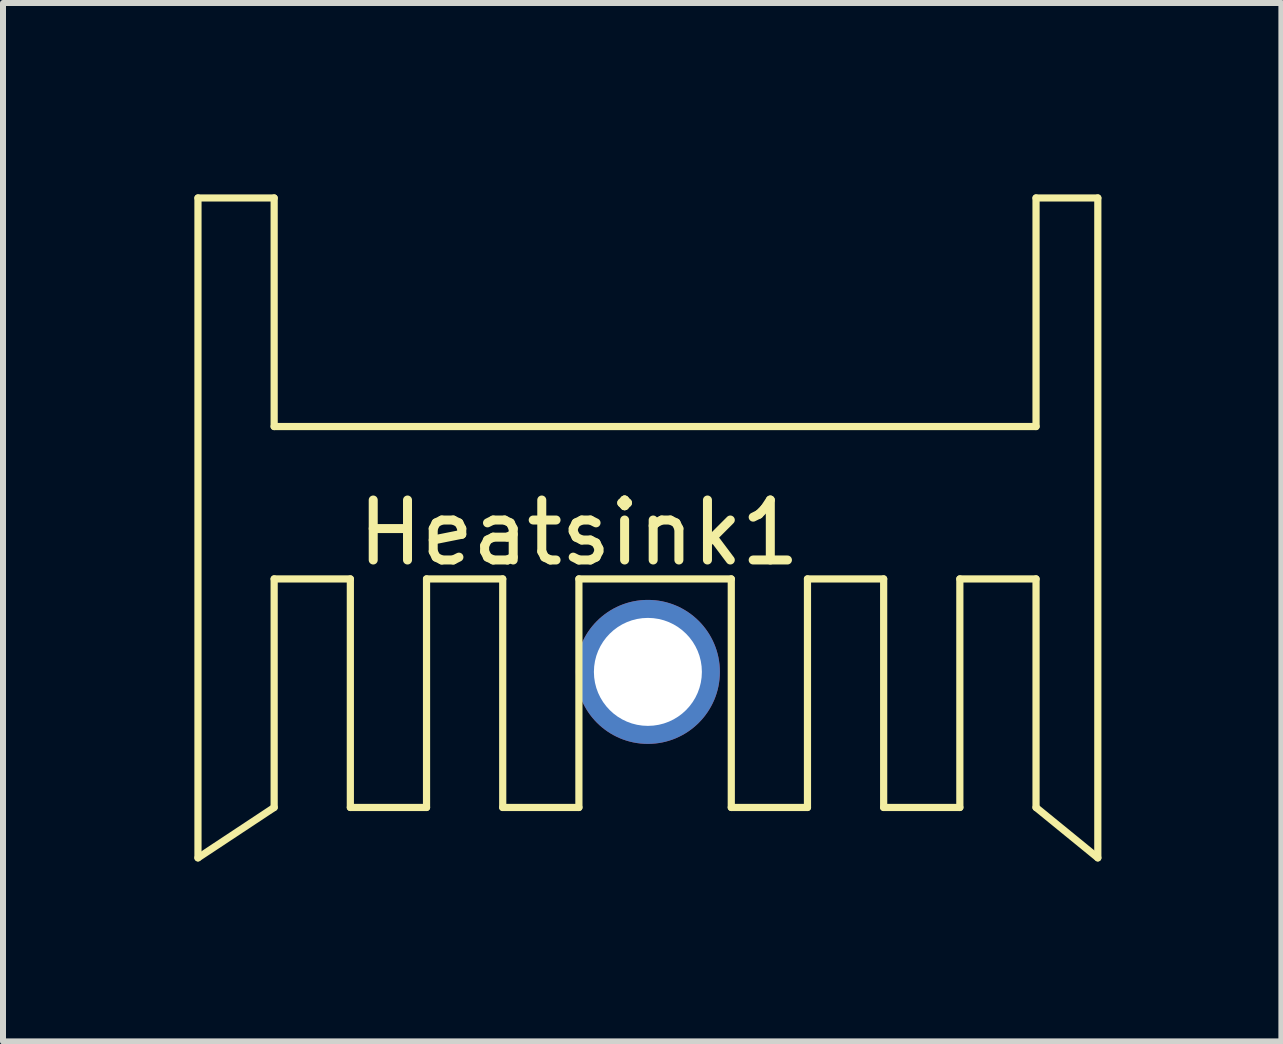
<source format=kicad_pcb>
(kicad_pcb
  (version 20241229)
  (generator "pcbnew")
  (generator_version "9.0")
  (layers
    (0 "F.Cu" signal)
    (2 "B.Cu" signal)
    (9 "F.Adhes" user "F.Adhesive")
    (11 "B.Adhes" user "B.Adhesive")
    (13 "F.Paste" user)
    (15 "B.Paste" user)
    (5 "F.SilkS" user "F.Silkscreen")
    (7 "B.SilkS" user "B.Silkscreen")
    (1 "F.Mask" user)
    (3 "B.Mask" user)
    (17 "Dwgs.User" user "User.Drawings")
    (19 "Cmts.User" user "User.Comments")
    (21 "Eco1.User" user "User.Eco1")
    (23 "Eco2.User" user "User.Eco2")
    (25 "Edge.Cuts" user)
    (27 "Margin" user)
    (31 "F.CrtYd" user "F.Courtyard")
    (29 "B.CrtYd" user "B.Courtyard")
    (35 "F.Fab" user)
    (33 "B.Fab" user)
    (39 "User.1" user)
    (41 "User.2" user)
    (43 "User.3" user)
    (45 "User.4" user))
  (footprint "Heatsink1"
    (layer "F.Cu")
    (at 0.25 0.25)
    (property "Reference" "Heatsink1" (at 6.35 5.58 0) (layer "F.SilkS") (effects (font (size 1 1) (thickness 0.15))))
    (attr through_hole)
    (fp_line (start 0 0) (end 0 11) (stroke (width 0.12) (type solid)) (layer "F.SilkS"))
    (fp_line (start 0 11) (end 1.27 10.16) (stroke (width 0.12) (type solid)) (layer "F.SilkS"))
    (fp_line (start 1.27 0) (end 0 0) (stroke (width 0.12) (type solid)) (layer "F.SilkS"))
    (fp_line (start 1.27 3.81) (end 1.27 0) (stroke (width 0.12) (type solid)) (layer "F.SilkS"))
    (fp_line (start 1.27 6.35) (end 2.54 6.35) (stroke (width 0.12) (type solid)) (layer "F.SilkS"))
    (fp_line (start 1.27 10.16) (end 1.27 6.35) (stroke (width 0.12) (type solid)) (layer "F.SilkS"))
    (fp_line (start 2.54 6.35) (end 2.54 10.16) (stroke (width 0.12) (type solid)) (layer "F.SilkS"))
    (fp_line (start 2.54 10.16) (end 3.81 10.16) (stroke (width 0.12) (type solid)) (layer "F.SilkS"))
    (fp_line (start 3.81 6.35) (end 5.08 6.35) (stroke (width 0.12) (type solid)) (layer "F.SilkS"))
    (fp_line (start 3.81 10.16) (end 3.81 6.35) (stroke (width 0.12) (type solid)) (layer "F.SilkS"))
    (fp_line (start 5.08 6.35) (end 5.08 10.16) (stroke (width 0.12) (type solid)) (layer "F.SilkS"))
    (fp_line (start 5.08 10.16) (end 6.35 10.16) (stroke (width 0.12) (type solid)) (layer "F.SilkS"))
    (fp_line (start 6.35 6.35) (end 8.89 6.35) (stroke (width 0.12) (type solid)) (layer "F.SilkS"))
    (fp_line (start 6.35 10.16) (end 6.35 6.35) (stroke (width 0.12) (type solid)) (layer "F.SilkS"))
    (fp_line (start 8.89 6.35) (end 8.89 10.16) (stroke (width 0.12) (type solid)) (layer "F.SilkS"))
    (fp_line (start 8.89 10.16) (end 10.16 10.16) (stroke (width 0.12) (type solid)) (layer "F.SilkS"))
    (fp_line (start 10.16 6.35) (end 11.43 6.35) (stroke (width 0.12) (type solid)) (layer "F.SilkS"))
    (fp_line (start 10.16 10.16) (end 10.16 6.35) (stroke (width 0.12) (type solid)) (layer "F.SilkS"))
    (fp_line (start 11.43 6.35) (end 11.43 10.16) (stroke (width 0.12) (type solid)) (layer "F.SilkS"))
    (fp_line (start 11.43 10.16) (end 12.7 10.16) (stroke (width 0.12) (type solid)) (layer "F.SilkS"))
    (fp_line (start 12.7 6.35) (end 13.97 6.35) (stroke (width 0.12) (type solid)) (layer "F.SilkS"))
    (fp_line (start 12.7 10.16) (end 12.7 6.35) (stroke (width 0.12) (type solid)) (layer "F.SilkS"))
    (fp_line (start 13.97 0) (end 13.97 3.81) (stroke (width 0.12) (type solid)) (layer "F.SilkS"))
    (fp_line (start 13.97 3.81) (end 1.27 3.81) (stroke (width 0.12) (type solid)) (layer "F.SilkS"))
    (fp_line (start 13.97 6.35) (end 13.97 10.16) (stroke (width 0.12) (type solid)) (layer "F.SilkS"))
    (fp_line (start 13.97 10.16) (end 15 11) (stroke (width 0.12) (type solid)) (layer "F.SilkS"))
    (fp_line (start 15 0) (end 13.97 0) (stroke (width 0.12) (type solid)) (layer "F.SilkS"))
    (fp_line (start 15 11) (end 15 0) (stroke (width 0.12) (type solid)) (layer "F.SilkS"))
    (pad "1" thru_hole circle (at 7.5 7.9) (size 2.4 2.4) (drill 1.8) (layers "*.Cu" "*.Mask")))
  (gr_rect
    (start -3 -3)
    (end 18.31 14.31)
    (stroke (width 0.1) (type default))
    (fill no)
    (layer "Edge.Cuts")))
</source>
